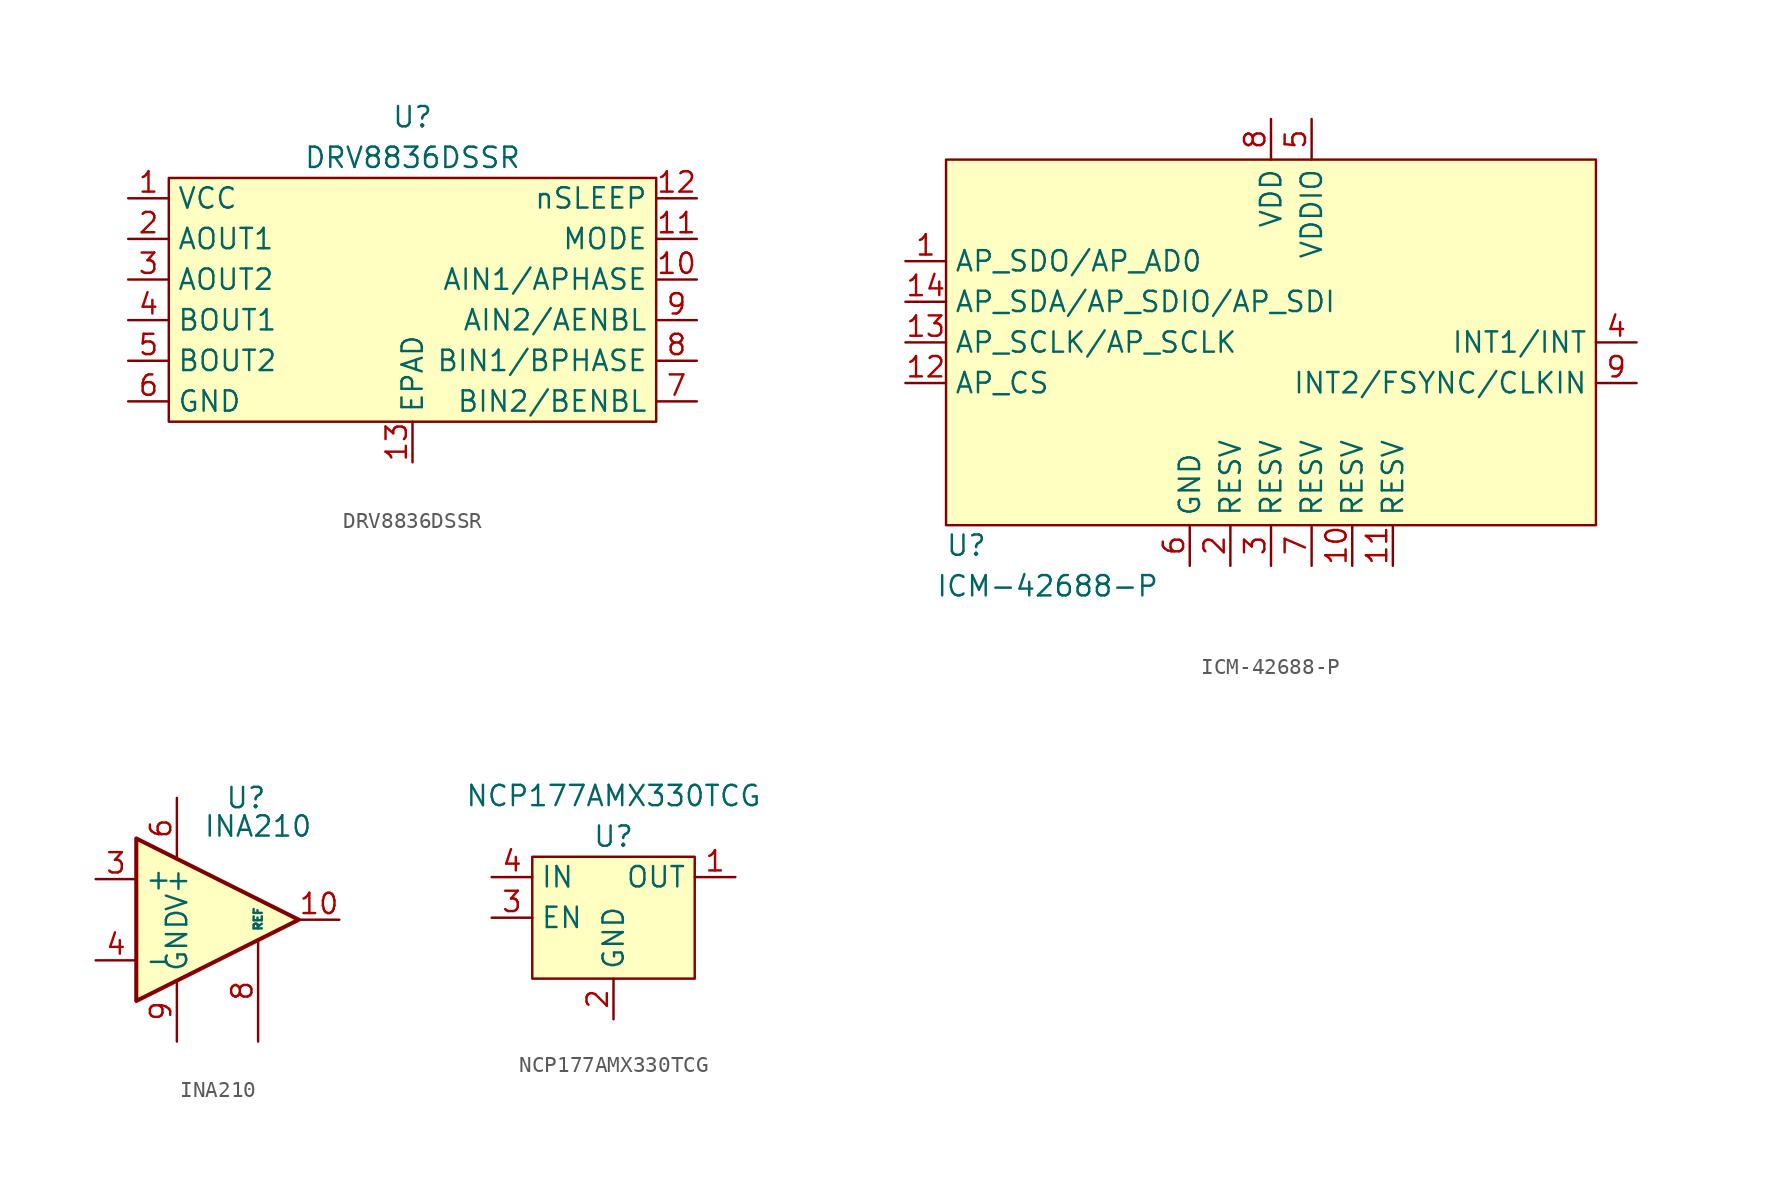
<source format=kicad_sym>
(kicad_symbol_lib
  (version 20231120)
  (generator "kicad_symbol_editor")
  (generator_version "8.0")
  (symbol "DRV8836DSSR"
    (property "Reference" "U"
      (at 0 10.16 0)
      (effects (font (size 1.27 1.27))))
    (property "Value" "DRV8836DSSR"
      (at 0 7.62 0)
      (effects (font (size 1.27 1.27))))
    (symbol "DRV8836DSSR_1_1"
      (rectangle (start -15.24 6.35) (end 15.24 -8.89) (stroke (width 0) (type default)) (fill (type background)))
      (pin input line (at -17.78 5.08 0) (length 2.54) (name "VCC" (effects (font (size 1.27 1.27)))) (number "1" (effects (font (size 1.27 1.27)))))
      (pin input line (at 17.78 0 180) (length 2.54) (name "AIN1/APHASE" (effects (font (size 1.27 1.27)))) (number "10" (effects (font (size 1.27 1.27)))))
      (pin input line (at 17.78 2.54 180) (length 2.54) (name "MODE" (effects (font (size 1.27 1.27)))) (number "11" (effects (font (size 1.27 1.27)))))
      (pin input line (at 17.78 5.08 180) (length 2.54) (name "nSLEEP" (effects (font (size 1.27 1.27)))) (number "12" (effects (font (size 1.27 1.27)))))
      (pin input line (at 0 -11.43 90) (length 2.54) (name "EPAD" (effects (font (size 1.27 1.27)))) (number "13" (effects (font (size 1.27 1.27)))))
      (pin input line (at -17.78 2.54 0) (length 2.54) (name "AOUT1" (effects (font (size 1.27 1.27)))) (number "2" (effects (font (size 1.27 1.27)))))
      (pin input line (at -17.78 0 0) (length 2.54) (name "AOUT2" (effects (font (size 1.27 1.27)))) (number "3" (effects (font (size 1.27 1.27)))))
      (pin input line (at -17.78 -2.54 0) (length 2.54) (name "BOUT1" (effects (font (size 1.27 1.27)))) (number "4" (effects (font (size 1.27 1.27)))))
      (pin input line (at -17.78 -5.08 0) (length 2.54) (name "BOUT2" (effects (font (size 1.27 1.27)))) (number "5" (effects (font (size 1.27 1.27)))))
      (pin input line (at -17.78 -7.62 0) (length 2.54) (name "GND" (effects (font (size 1.27 1.27)))) (number "6" (effects (font (size 1.27 1.27)))))
      (pin input line (at 17.78 -7.62 180) (length 2.54) (name "BIN2/BENBL" (effects (font (size 1.27 1.27)))) (number "7" (effects (font (size 1.27 1.27)))))
      (pin input line (at 17.78 -5.08 180) (length 2.54) (name "BIN1/BPHASE" (effects (font (size 1.27 1.27)))) (number "8" (effects (font (size 1.27 1.27)))))
      (pin input line (at 17.78 -2.54 180) (length 2.54) (name "AIN2/AENBL" (effects (font (size 1.27 1.27)))) (number "9" (effects (font (size 1.27 1.27)))))))
  (symbol "ICM-42688-P"
    (property "Reference" "U"
      (at -19.05 -12.7 0)
      (effects (font (size 1.27 1.27))))
    (property "Value" "ICM-42688-P"
      (at -13.97 -15.24 0)
      (effects (font (size 1.27 1.27))))
    (symbol "ICM-42688-P_1_1"
      (rectangle (start -20.32 11.43) (end 20.32 -11.43) (stroke (width 0) (type default)) (fill (type background)))
      (pin output line (at -22.86 5.08 0) (length 2.54) (name "AP_SDO/AP_AD0" (effects (font (size 1.27 1.27)))) (number "1" (effects (font (size 1.27 1.27)))))
      (pin input line (at 5.08 -13.97 90) (length 2.54) (name "RESV" (effects (font (size 1.27 1.27)))) (number "10" (effects (font (size 1.27 1.27)))))
      (pin input line (at 7.62 -13.97 90) (length 2.54) (name "RESV" (effects (font (size 1.27 1.27)))) (number "11" (effects (font (size 1.27 1.27)))))
      (pin input line (at -22.86 -2.54 0) (length 2.54) (name "AP_CS" (effects (font (size 1.27 1.27)))) (number "12" (effects (font (size 1.27 1.27)))))
      (pin input line (at -22.86 0 0) (length 2.54) (name "AP_SCLK/AP_SCLK" (effects (font (size 1.27 1.27)))) (number "13" (effects (font (size 1.27 1.27)))))
      (pin input line (at -22.86 2.54 0) (length 2.54) (name "AP_SDA/AP_SDIO/AP_SDI" (effects (font (size 1.27 1.27)))) (number "14" (effects (font (size 1.27 1.27)))))
      (pin input line (at -2.54 -13.97 90) (length 2.54) (name "RESV" (effects (font (size 1.27 1.27)))) (number "2" (effects (font (size 1.27 1.27)))))
      (pin input line (at 0 -13.97 90) (length 2.54) (name "RESV" (effects (font (size 1.27 1.27)))) (number "3" (effects (font (size 1.27 1.27)))))
      (pin input line (at 22.86 0 180) (length 2.54) (name "INT1/INT" (effects (font (size 1.27 1.27)))) (number "4" (effects (font (size 1.27 1.27)))))
      (pin power_in line (at 2.54 13.97 270) (length 2.54) (name "VDDIO" (effects (font (size 1.27 1.27)))) (number "5" (effects (font (size 1.27 1.27)))))
      (pin power_in line (at -5.08 -13.97 90) (length 2.54) (name "GND" (effects (font (size 1.27 1.27)))) (number "6" (effects (font (size 1.27 1.27)))))
      (pin input line (at 2.54 -13.97 90) (length 2.54) (name "RESV" (effects (font (size 1.27 1.27)))) (number "7" (effects (font (size 1.27 1.27)))))
      (pin power_in line (at 0 13.97 270) (length 2.54) (name "VDD" (effects (font (size 1.27 1.27)))) (number "8" (effects (font (size 1.27 1.27)))))
      (pin input line (at 22.86 -2.54 180) (length 2.54) (name "INT2/FSYNC/CLKIN" (effects (font (size 1.27 1.27)))) (number "9" (effects (font (size 1.27 1.27)))))))
  (symbol "INA210"
    (property "Reference" "U"
      (at 4.318 7.62 0)
      (effects (font (size 1.27 1.27))))
    (property "Value" "INA210"
      (at 5.08 5.842 0)
      (effects (font (size 1.27 1.27))))
    (symbol "INA210_0_1"
      (polyline (pts (xy 7.62 0) (xy -2.54 5.08) (xy -2.54 -5.08) (xy 7.62 0)) (stroke (width 0.254) (type default)) (fill (type background))))
    (symbol "INA210_1_1"
      (pin output line (at 10.16 0 180) (length 2.54) (name "~" (effects (font (size 1.27 1.27)))) (number "10" (effects (font (size 1.27 1.27)))))
      (pin input line (at -5.08 2.54 0) (length 2.54) (name "+" (effects (font (size 1.27 1.27)))) (number "3" (effects (font (size 1.27 1.27)))))
      (pin input line (at -5.08 -2.54 0) (length 2.54) (name "-" (effects (font (size 1.27 1.27)))) (number "4" (effects (font (size 1.27 1.27)))))
      (pin power_in line (at 0 7.62 270) (length 3.81) (name "V+" (effects (font (size 1.27 1.27)))) (number "6" (effects (font (size 1.27 1.27)))))
      (pin input line (at 5.08 -7.62 90) (length 6.35) (name "REF" (effects (font (size 0.508 0.508)))) (number "8" (effects (font (size 1.27 1.27)))))
      (pin power_in line (at 0 -7.62 90) (length 3.81) (name "GND" (effects (font (size 1.27 1.27)))) (number "9" (effects (font (size 1.27 1.27)))))))
  (symbol "NCP177AMX330TCG"
    (property "Reference" "U"
      (at 0 2.54 0)
      (effects (font (size 1.27 1.27))))
    (property "Value" "NCP177AMX330TCG"
      (at 0 5.08 0)
      (effects (font (size 1.27 1.27))))
    (symbol "NCP177AMX330TCG_1_1"
      (rectangle (start -5.08 1.27) (end 5.08 -6.35) (stroke (width 0) (type default)) (fill (type background)))
      (pin power_out line (at 7.62 0 180) (length 2.54) (name "OUT" (effects (font (size 1.27 1.27)))) (number "1" (effects (font (size 1.27 1.27)))))
      (pin power_in line (at 0 -8.89 90) (length 2.54) (name "GND" (effects (font (size 1.27 1.27)))) (number "2" (effects (font (size 1.27 1.27)))))
      (pin input line (at -7.62 -2.54 0) (length 2.54) (name "EN" (effects (font (size 1.27 1.27)))) (number "3" (effects (font (size 1.27 1.27)))))
      (pin power_in line (at -7.62 0 0) (length 2.54) (name "IN" (effects (font (size 1.27 1.27)))) (number "4" (effects (font (size 1.27 1.27))))))))
</source>
